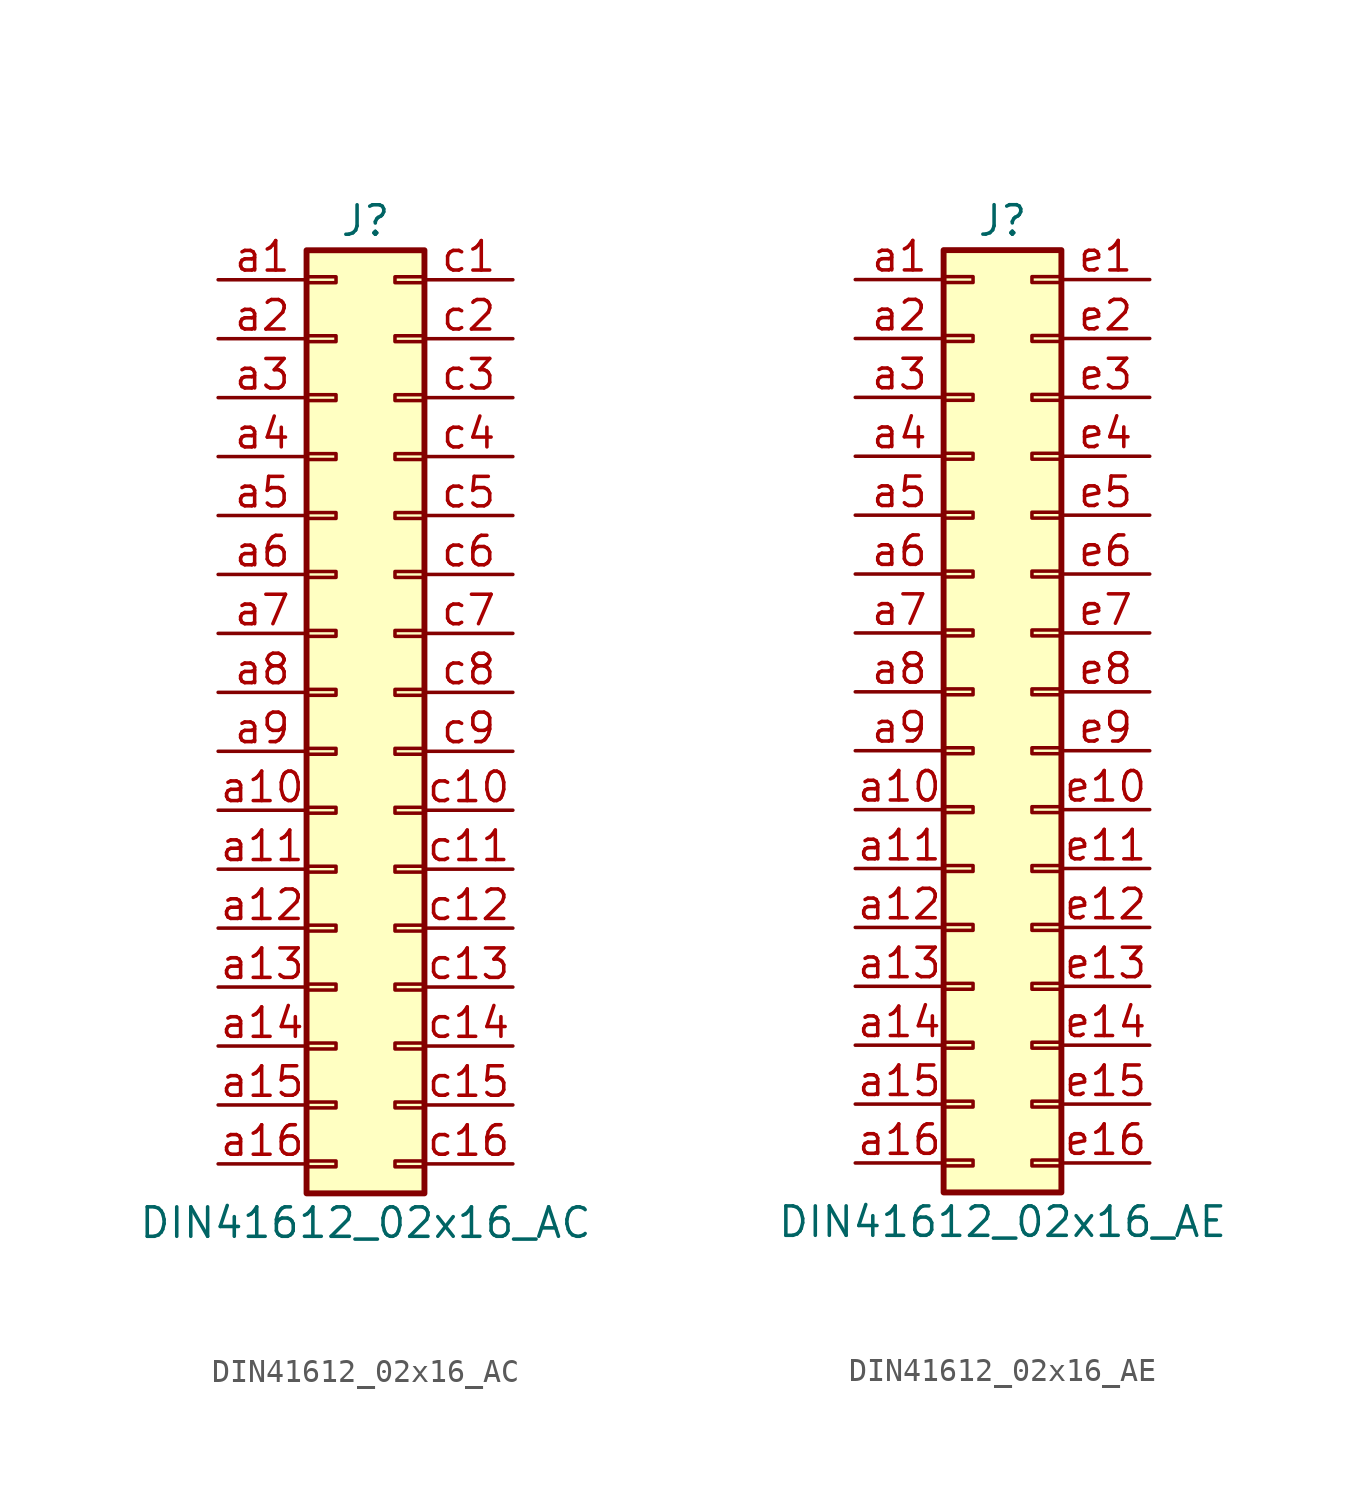
<source format=kicad_sym>
(kicad_symbol_lib
  (version 20201005)
  (generator kicad_symbol_editor)
  (symbol "Connector:DIN41612_02x16_AC"
    (pin_names
      (offset 1.016) hide)
    (property "Reference" "J"
      (at 1.27 20.32 0)
      (effects (font (size 1.27 1.27))))
    (property "Value" "DIN41612_02x16_AC"
      (at 1.27 -22.86 0)
      (effects (font (size 1.27 1.27))))
    (symbol "DIN41612_02x16_AC_1_1"
      (rectangle (start -1.27 -20.193) (end 0 -20.447) (stroke (width 0.152)) (fill (type none)))
      (rectangle (start -1.27 -17.653) (end 0 -17.907) (stroke (width 0.152)) (fill (type none)))
      (rectangle (start -1.27 -15.113) (end 0 -15.367) (stroke (width 0.152)) (fill (type none)))
      (rectangle (start -1.27 -12.573) (end 0 -12.827) (stroke (width 0.152)) (fill (type none)))
      (rectangle (start -1.27 -10.033) (end 0 -10.287) (stroke (width 0.152)) (fill (type none)))
      (rectangle (start -1.27 -7.493) (end 0 -7.747) (stroke (width 0.152)) (fill (type none)))
      (rectangle (start -1.27 -4.953) (end 0 -5.207) (stroke (width 0.152)) (fill (type none)))
      (rectangle (start -1.27 -2.413) (end 0 -2.667) (stroke (width 0.152)) (fill (type none)))
      (rectangle (start -1.27 0.127) (end 0 -0.127) (stroke (width 0.152)) (fill (type none)))
      (rectangle (start -1.27 2.667) (end 0 2.413) (stroke (width 0.152)) (fill (type none)))
      (rectangle (start -1.27 5.207) (end 0 4.953) (stroke (width 0.152)) (fill (type none)))
      (rectangle (start -1.27 7.747) (end 0 7.493) (stroke (width 0.152)) (fill (type none)))
      (rectangle (start -1.27 10.287) (end 0 10.033) (stroke (width 0.152)) (fill (type none)))
      (rectangle (start -1.27 12.827) (end 0 12.573) (stroke (width 0.152)) (fill (type none)))
      (rectangle (start -1.27 15.367) (end 0 15.113) (stroke (width 0.152)) (fill (type none)))
      (rectangle (start -1.27 17.907) (end 0 17.653) (stroke (width 0.152)) (fill (type none)))
      (rectangle (start 3.81 -20.193) (end 2.54 -20.447) (stroke (width 0.152)) (fill (type none)))
      (rectangle (start 3.81 -17.653) (end 2.54 -17.907) (stroke (width 0.152)) (fill (type none)))
      (rectangle (start 3.81 -15.113) (end 2.54 -15.367) (stroke (width 0.152)) (fill (type none)))
      (rectangle (start 3.81 -12.573) (end 2.54 -12.827) (stroke (width 0.152)) (fill (type none)))
      (rectangle (start 3.81 -10.033) (end 2.54 -10.287) (stroke (width 0.152)) (fill (type none)))
      (rectangle (start 3.81 -7.493) (end 2.54 -7.747) (stroke (width 0.152)) (fill (type none)))
      (rectangle (start 3.81 -4.953) (end 2.54 -5.207) (stroke (width 0.152)) (fill (type none)))
      (rectangle (start 3.81 -2.413) (end 2.54 -2.667) (stroke (width 0.152)) (fill (type none)))
      (rectangle (start 3.81 0.127) (end 2.54 -0.127) (stroke (width 0.152)) (fill (type none)))
      (rectangle (start 3.81 2.667) (end 2.54 2.413) (stroke (width 0.152)) (fill (type none)))
      (rectangle (start 3.81 5.207) (end 2.54 4.953) (stroke (width 0.152)) (fill (type none)))
      (rectangle (start 3.81 7.747) (end 2.54 7.493) (stroke (width 0.152)) (fill (type none)))
      (rectangle (start 3.81 10.287) (end 2.54 10.033) (stroke (width 0.152)) (fill (type none)))
      (rectangle (start 3.81 12.827) (end 2.54 12.573) (stroke (width 0.152)) (fill (type none)))
      (rectangle (start 3.81 15.367) (end 2.54 15.113) (stroke (width 0.152)) (fill (type none)))
      (rectangle (start 3.81 17.907) (end 2.54 17.653) (stroke (width 0.152)) (fill (type none)))
      (rectangle (start -1.27 19.05) (end 3.81 -21.59) (stroke (width 0.254)) (fill (type background)))
      (pin passive line (at -5.08 17.78 0) (length 3.81) (name "Pin_a1" (effects (font (size 1.27 1.27)))) (number "a1" (effects (font (size 1.27 1.27)))))
      (pin passive line (at -5.08 -5.08 0) (length 3.81) (name "Pin_a10" (effects (font (size 1.27 1.27)))) (number "a10" (effects (font (size 1.27 1.27)))))
      (pin passive line (at -5.08 -7.62 0) (length 3.81) (name "Pin_a11" (effects (font (size 1.27 1.27)))) (number "a11" (effects (font (size 1.27 1.27)))))
      (pin passive line (at -5.08 -10.16 0) (length 3.81) (name "Pin_a12" (effects (font (size 1.27 1.27)))) (number "a12" (effects (font (size 1.27 1.27)))))
      (pin passive line (at -5.08 -12.7 0) (length 3.81) (name "Pin_a13" (effects (font (size 1.27 1.27)))) (number "a13" (effects (font (size 1.27 1.27)))))
      (pin passive line (at -5.08 -15.24 0) (length 3.81) (name "Pin_a14" (effects (font (size 1.27 1.27)))) (number "a14" (effects (font (size 1.27 1.27)))))
      (pin passive line (at -5.08 -17.78 0) (length 3.81) (name "Pin_a15" (effects (font (size 1.27 1.27)))) (number "a15" (effects (font (size 1.27 1.27)))))
      (pin passive line (at -5.08 -20.32 0) (length 3.81) (name "Pin_a16" (effects (font (size 1.27 1.27)))) (number "a16" (effects (font (size 1.27 1.27)))))
      (pin passive line (at -5.08 15.24 0) (length 3.81) (name "Pin_a2" (effects (font (size 1.27 1.27)))) (number "a2" (effects (font (size 1.27 1.27)))))
      (pin passive line (at -5.08 12.7 0) (length 3.81) (name "Pin_a3" (effects (font (size 1.27 1.27)))) (number "a3" (effects (font (size 1.27 1.27)))))
      (pin passive line (at -5.08 10.16 0) (length 3.81) (name "Pin_a4" (effects (font (size 1.27 1.27)))) (number "a4" (effects (font (size 1.27 1.27)))))
      (pin passive line (at -5.08 7.62 0) (length 3.81) (name "Pin_a5" (effects (font (size 1.27 1.27)))) (number "a5" (effects (font (size 1.27 1.27)))))
      (pin passive line (at -5.08 5.08 0) (length 3.81) (name "Pin_a6" (effects (font (size 1.27 1.27)))) (number "a6" (effects (font (size 1.27 1.27)))))
      (pin passive line (at -5.08 2.54 0) (length 3.81) (name "Pin_a7" (effects (font (size 1.27 1.27)))) (number "a7" (effects (font (size 1.27 1.27)))))
      (pin passive line (at -5.08 0 0) (length 3.81) (name "Pin_a8" (effects (font (size 1.27 1.27)))) (number "a8" (effects (font (size 1.27 1.27)))))
      (pin passive line (at -5.08 -2.54 0) (length 3.81) (name "Pin_a9" (effects (font (size 1.27 1.27)))) (number "a9" (effects (font (size 1.27 1.27)))))
      (pin passive line (at 7.62 17.78 180) (length 3.81) (name "Pin_c1" (effects (font (size 1.27 1.27)))) (number "c1" (effects (font (size 1.27 1.27)))))
      (pin passive line (at 7.62 -5.08 180) (length 3.81) (name "Pin_c10" (effects (font (size 1.27 1.27)))) (number "c10" (effects (font (size 1.27 1.27)))))
      (pin passive line (at 7.62 -7.62 180) (length 3.81) (name "Pin_c11" (effects (font (size 1.27 1.27)))) (number "c11" (effects (font (size 1.27 1.27)))))
      (pin passive line (at 7.62 -10.16 180) (length 3.81) (name "Pin_c12" (effects (font (size 1.27 1.27)))) (number "c12" (effects (font (size 1.27 1.27)))))
      (pin passive line (at 7.62 -12.7 180) (length 3.81) (name "Pin_c13" (effects (font (size 1.27 1.27)))) (number "c13" (effects (font (size 1.27 1.27)))))
      (pin passive line (at 7.62 -15.24 180) (length 3.81) (name "Pin_c14" (effects (font (size 1.27 1.27)))) (number "c14" (effects (font (size 1.27 1.27)))))
      (pin passive line (at 7.62 -17.78 180) (length 3.81) (name "Pin_c15" (effects (font (size 1.27 1.27)))) (number "c15" (effects (font (size 1.27 1.27)))))
      (pin passive line (at 7.62 -20.32 180) (length 3.81) (name "Pin_c16" (effects (font (size 1.27 1.27)))) (number "c16" (effects (font (size 1.27 1.27)))))
      (pin passive line (at 7.62 15.24 180) (length 3.81) (name "Pin_c2" (effects (font (size 1.27 1.27)))) (number "c2" (effects (font (size 1.27 1.27)))))
      (pin passive line (at 7.62 12.7 180) (length 3.81) (name "Pin_c3" (effects (font (size 1.27 1.27)))) (number "c3" (effects (font (size 1.27 1.27)))))
      (pin passive line (at 7.62 10.16 180) (length 3.81) (name "Pin_c4" (effects (font (size 1.27 1.27)))) (number "c4" (effects (font (size 1.27 1.27)))))
      (pin passive line (at 7.62 7.62 180) (length 3.81) (name "Pin_c5" (effects (font (size 1.27 1.27)))) (number "c5" (effects (font (size 1.27 1.27)))))
      (pin passive line (at 7.62 5.08 180) (length 3.81) (name "Pin_c6" (effects (font (size 1.27 1.27)))) (number "c6" (effects (font (size 1.27 1.27)))))
      (pin passive line (at 7.62 2.54 180) (length 3.81) (name "Pin_c7" (effects (font (size 1.27 1.27)))) (number "c7" (effects (font (size 1.27 1.27)))))
      (pin passive line (at 7.62 0 180) (length 3.81) (name "Pin_c8" (effects (font (size 1.27 1.27)))) (number "c8" (effects (font (size 1.27 1.27)))))
      (pin passive line (at 7.62 -2.54 180) (length 3.81) (name "Pin_c9" (effects (font (size 1.27 1.27)))) (number "c9" (effects (font (size 1.27 1.27)))))))
  (symbol "Connector:DIN41612_02x16_AE"
    (pin_names
      (offset 1.016) hide)
    (property "Reference" "J"
      (at 1.27 20.32 0)
      (effects (font (size 1.27 1.27))))
    (property "Value" "DIN41612_02x16_AE"
      (at 1.27 -22.86 0)
      (effects (font (size 1.27 1.27))))
    (symbol "DIN41612_02x16_AE_1_1"
      (rectangle (start -1.27 -20.193) (end 0 -20.447) (stroke (width 0.152)) (fill (type none)))
      (rectangle (start -1.27 -17.653) (end 0 -17.907) (stroke (width 0.152)) (fill (type none)))
      (rectangle (start -1.27 -15.113) (end 0 -15.367) (stroke (width 0.152)) (fill (type none)))
      (rectangle (start -1.27 -12.573) (end 0 -12.827) (stroke (width 0.152)) (fill (type none)))
      (rectangle (start -1.27 -10.033) (end 0 -10.287) (stroke (width 0.152)) (fill (type none)))
      (rectangle (start -1.27 -7.493) (end 0 -7.747) (stroke (width 0.152)) (fill (type none)))
      (rectangle (start -1.27 -4.953) (end 0 -5.207) (stroke (width 0.152)) (fill (type none)))
      (rectangle (start -1.27 -2.413) (end 0 -2.667) (stroke (width 0.152)) (fill (type none)))
      (rectangle (start -1.27 0.127) (end 0 -0.127) (stroke (width 0.152)) (fill (type none)))
      (rectangle (start -1.27 2.667) (end 0 2.413) (stroke (width 0.152)) (fill (type none)))
      (rectangle (start -1.27 5.207) (end 0 4.953) (stroke (width 0.152)) (fill (type none)))
      (rectangle (start -1.27 7.747) (end 0 7.493) (stroke (width 0.152)) (fill (type none)))
      (rectangle (start -1.27 10.287) (end 0 10.033) (stroke (width 0.152)) (fill (type none)))
      (rectangle (start -1.27 12.827) (end 0 12.573) (stroke (width 0.152)) (fill (type none)))
      (rectangle (start -1.27 15.367) (end 0 15.113) (stroke (width 0.152)) (fill (type none)))
      (rectangle (start -1.27 17.907) (end 0 17.653) (stroke (width 0.152)) (fill (type none)))
      (rectangle (start 3.81 -20.193) (end 2.54 -20.447) (stroke (width 0.152)) (fill (type none)))
      (rectangle (start 3.81 -17.653) (end 2.54 -17.907) (stroke (width 0.152)) (fill (type none)))
      (rectangle (start 3.81 -15.113) (end 2.54 -15.367) (stroke (width 0.152)) (fill (type none)))
      (rectangle (start 3.81 -12.573) (end 2.54 -12.827) (stroke (width 0.152)) (fill (type none)))
      (rectangle (start 3.81 -10.033) (end 2.54 -10.287) (stroke (width 0.152)) (fill (type none)))
      (rectangle (start 3.81 -7.493) (end 2.54 -7.747) (stroke (width 0.152)) (fill (type none)))
      (rectangle (start 3.81 -4.953) (end 2.54 -5.207) (stroke (width 0.152)) (fill (type none)))
      (rectangle (start 3.81 -2.413) (end 2.54 -2.667) (stroke (width 0.152)) (fill (type none)))
      (rectangle (start 3.81 0.127) (end 2.54 -0.127) (stroke (width 0.152)) (fill (type none)))
      (rectangle (start 3.81 2.667) (end 2.54 2.413) (stroke (width 0.152)) (fill (type none)))
      (rectangle (start 3.81 5.207) (end 2.54 4.953) (stroke (width 0.152)) (fill (type none)))
      (rectangle (start 3.81 7.747) (end 2.54 7.493) (stroke (width 0.152)) (fill (type none)))
      (rectangle (start 3.81 10.287) (end 2.54 10.033) (stroke (width 0.152)) (fill (type none)))
      (rectangle (start 3.81 12.827) (end 2.54 12.573) (stroke (width 0.152)) (fill (type none)))
      (rectangle (start 3.81 15.367) (end 2.54 15.113) (stroke (width 0.152)) (fill (type none)))
      (rectangle (start 3.81 17.907) (end 2.54 17.653) (stroke (width 0.152)) (fill (type none)))
      (rectangle (start -1.27 19.05) (end 3.81 -21.59) (stroke (width 0.254)) (fill (type background)))
      (pin passive line (at -5.08 17.78 0) (length 3.81) (name "Pin_a1" (effects (font (size 1.27 1.27)))) (number "a1" (effects (font (size 1.27 1.27)))))
      (pin passive line (at -5.08 -5.08 0) (length 3.81) (name "Pin_a10" (effects (font (size 1.27 1.27)))) (number "a10" (effects (font (size 1.27 1.27)))))
      (pin passive line (at -5.08 -7.62 0) (length 3.81) (name "Pin_a11" (effects (font (size 1.27 1.27)))) (number "a11" (effects (font (size 1.27 1.27)))))
      (pin passive line (at -5.08 -10.16 0) (length 3.81) (name "Pin_a12" (effects (font (size 1.27 1.27)))) (number "a12" (effects (font (size 1.27 1.27)))))
      (pin passive line (at -5.08 -12.7 0) (length 3.81) (name "Pin_a13" (effects (font (size 1.27 1.27)))) (number "a13" (effects (font (size 1.27 1.27)))))
      (pin passive line (at -5.08 -15.24 0) (length 3.81) (name "Pin_a14" (effects (font (size 1.27 1.27)))) (number "a14" (effects (font (size 1.27 1.27)))))
      (pin passive line (at -5.08 -17.78 0) (length 3.81) (name "Pin_a15" (effects (font (size 1.27 1.27)))) (number "a15" (effects (font (size 1.27 1.27)))))
      (pin passive line (at -5.08 -20.32 0) (length 3.81) (name "Pin_a16" (effects (font (size 1.27 1.27)))) (number "a16" (effects (font (size 1.27 1.27)))))
      (pin passive line (at -5.08 15.24 0) (length 3.81) (name "Pin_a2" (effects (font (size 1.27 1.27)))) (number "a2" (effects (font (size 1.27 1.27)))))
      (pin passive line (at -5.08 12.7 0) (length 3.81) (name "Pin_a3" (effects (font (size 1.27 1.27)))) (number "a3" (effects (font (size 1.27 1.27)))))
      (pin passive line (at -5.08 10.16 0) (length 3.81) (name "Pin_a4" (effects (font (size 1.27 1.27)))) (number "a4" (effects (font (size 1.27 1.27)))))
      (pin passive line (at -5.08 7.62 0) (length 3.81) (name "Pin_a5" (effects (font (size 1.27 1.27)))) (number "a5" (effects (font (size 1.27 1.27)))))
      (pin passive line (at -5.08 5.08 0) (length 3.81) (name "Pin_a6" (effects (font (size 1.27 1.27)))) (number "a6" (effects (font (size 1.27 1.27)))))
      (pin passive line (at -5.08 2.54 0) (length 3.81) (name "Pin_a7" (effects (font (size 1.27 1.27)))) (number "a7" (effects (font (size 1.27 1.27)))))
      (pin passive line (at -5.08 0 0) (length 3.81) (name "Pin_a8" (effects (font (size 1.27 1.27)))) (number "a8" (effects (font (size 1.27 1.27)))))
      (pin passive line (at -5.08 -2.54 0) (length 3.81) (name "Pin_a9" (effects (font (size 1.27 1.27)))) (number "a9" (effects (font (size 1.27 1.27)))))
      (pin passive line (at 7.62 17.78 180) (length 3.81) (name "Pin_e1" (effects (font (size 1.27 1.27)))) (number "e1" (effects (font (size 1.27 1.27)))))
      (pin passive line (at 7.62 -5.08 180) (length 3.81) (name "Pin_e10" (effects (font (size 1.27 1.27)))) (number "e10" (effects (font (size 1.27 1.27)))))
      (pin passive line (at 7.62 -7.62 180) (length 3.81) (name "Pin_e11" (effects (font (size 1.27 1.27)))) (number "e11" (effects (font (size 1.27 1.27)))))
      (pin passive line (at 7.62 -10.16 180) (length 3.81) (name "Pin_e12" (effects (font (size 1.27 1.27)))) (number "e12" (effects (font (size 1.27 1.27)))))
      (pin passive line (at 7.62 -12.7 180) (length 3.81) (name "Pin_e13" (effects (font (size 1.27 1.27)))) (number "e13" (effects (font (size 1.27 1.27)))))
      (pin passive line (at 7.62 -15.24 180) (length 3.81) (name "Pin_e14" (effects (font (size 1.27 1.27)))) (number "e14" (effects (font (size 1.27 1.27)))))
      (pin passive line (at 7.62 -17.78 180) (length 3.81) (name "Pin_e15" (effects (font (size 1.27 1.27)))) (number "e15" (effects (font (size 1.27 1.27)))))
      (pin passive line (at 7.62 -20.32 180) (length 3.81) (name "Pin_e16" (effects (font (size 1.27 1.27)))) (number "e16" (effects (font (size 1.27 1.27)))))
      (pin passive line (at 7.62 15.24 180) (length 3.81) (name "Pin_e2" (effects (font (size 1.27 1.27)))) (number "e2" (effects (font (size 1.27 1.27)))))
      (pin passive line (at 7.62 12.7 180) (length 3.81) (name "Pin_e3" (effects (font (size 1.27 1.27)))) (number "e3" (effects (font (size 1.27 1.27)))))
      (pin passive line (at 7.62 10.16 180) (length 3.81) (name "Pin_e4" (effects (font (size 1.27 1.27)))) (number "e4" (effects (font (size 1.27 1.27)))))
      (pin passive line (at 7.62 7.62 180) (length 3.81) (name "Pin_e5" (effects (font (size 1.27 1.27)))) (number "e5" (effects (font (size 1.27 1.27)))))
      (pin passive line (at 7.62 5.08 180) (length 3.81) (name "Pin_e6" (effects (font (size 1.27 1.27)))) (number "e6" (effects (font (size 1.27 1.27)))))
      (pin passive line (at 7.62 2.54 180) (length 3.81) (name "Pin_e7" (effects (font (size 1.27 1.27)))) (number "e7" (effects (font (size 1.27 1.27)))))
      (pin passive line (at 7.62 0 180) (length 3.81) (name "Pin_e8" (effects (font (size 1.27 1.27)))) (number "e8" (effects (font (size 1.27 1.27)))))
      (pin passive line (at 7.62 -2.54 180) (length 3.81) (name "Pin_e9" (effects (font (size 1.27 1.27)))) (number "e9" (effects (font (size 1.27 1.27))))))))
</source>
